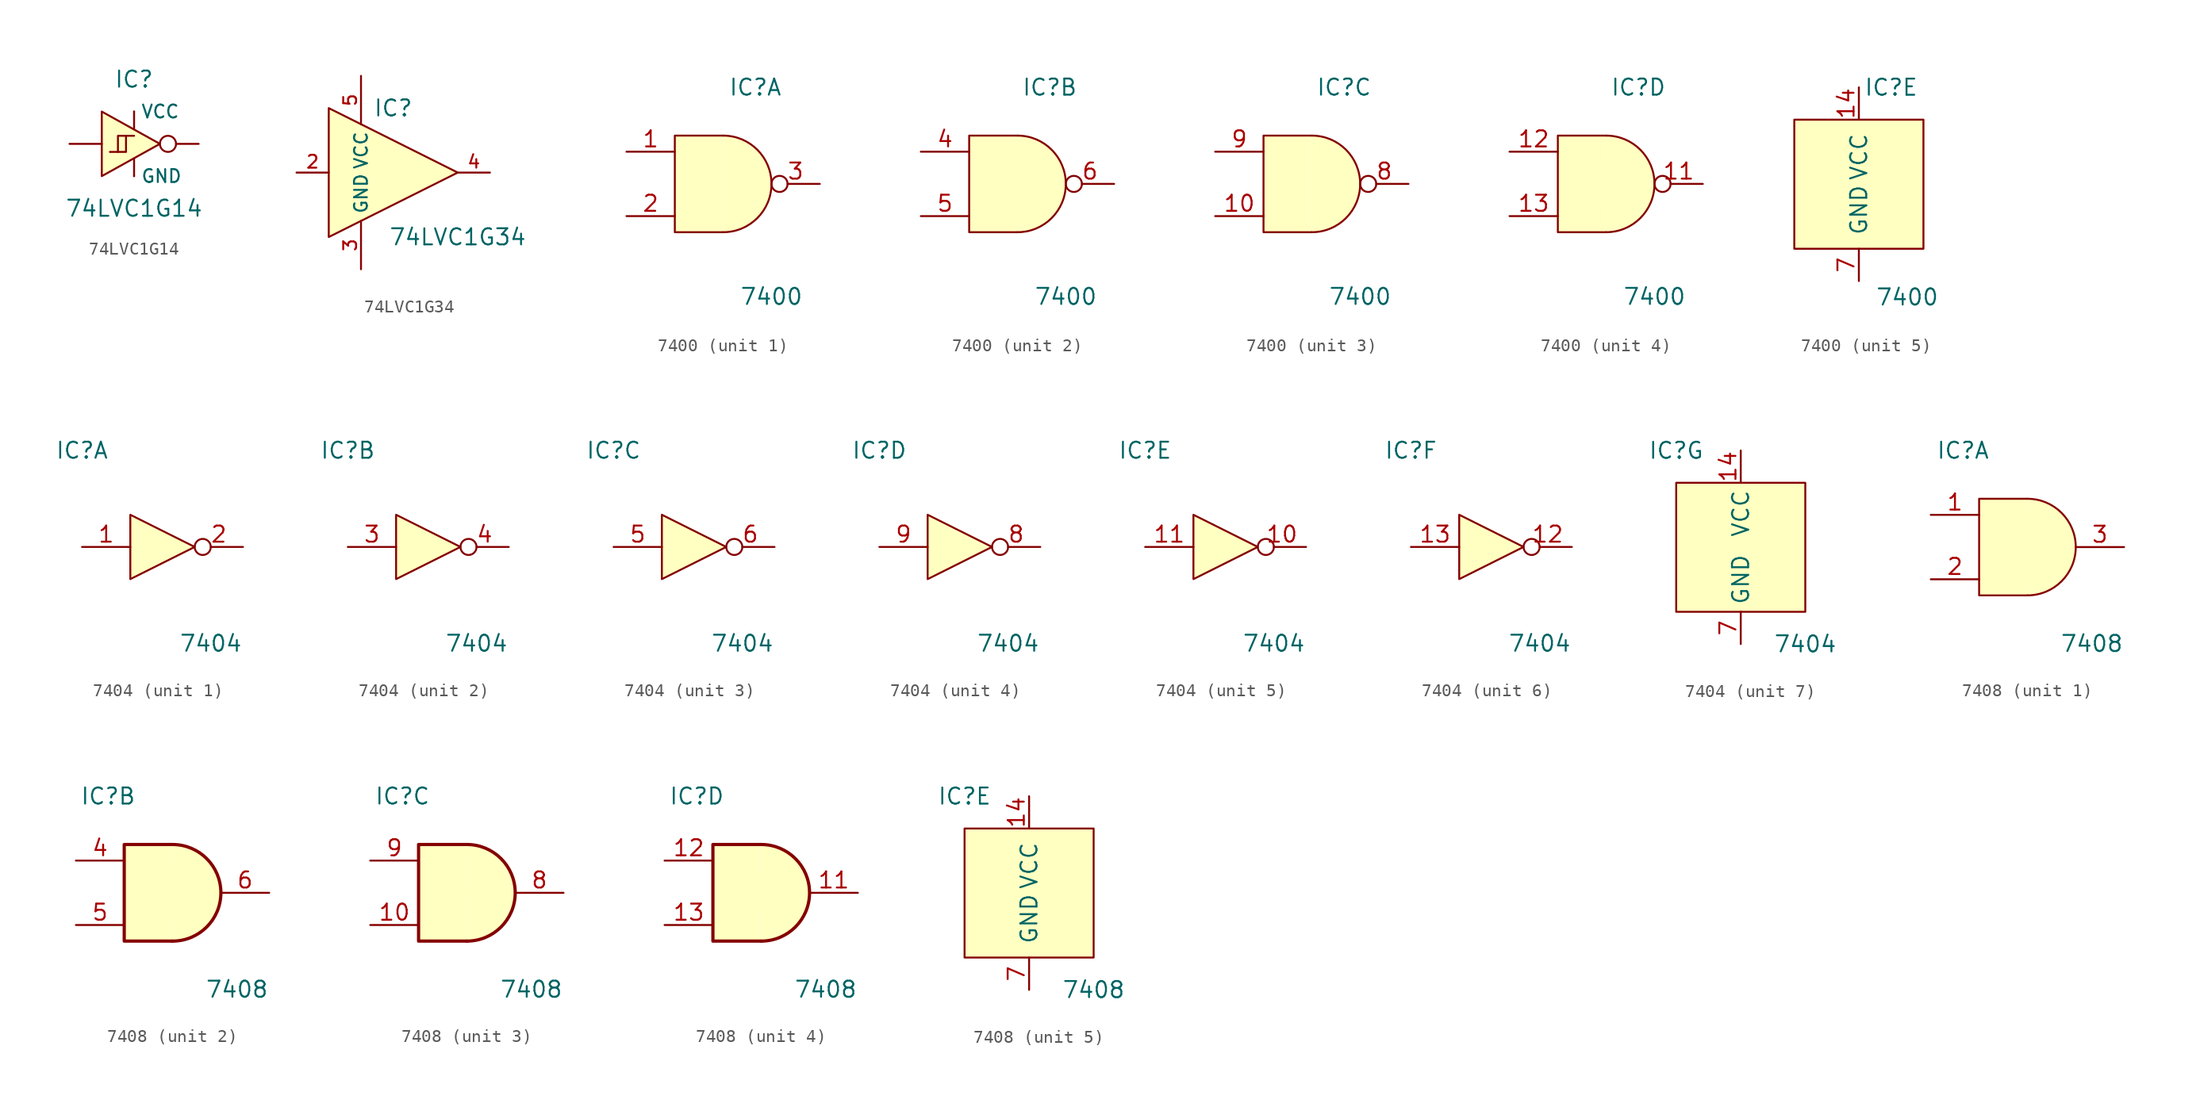
<source format=kicad_sym>
(kicad_symbol_lib
  (version 20211014)
  (generator kicad_symbol_editor)
  (symbol "74LVC1G14"
    (pin_numbers hide)
    (property "Reference" "IC"
      (at 0 5.08 0)
      (effects (font (size 1.27 1.27))))
    (property "Value" "74LVC1G14"
      (at 0 -5.08 0)
      (effects (font (size 1.27 1.27))))
    (symbol "74LVC1G14_0_1"
      (polyline (pts (xy 0 -2.54) (xy 0 -1.143)) (stroke (width 0) (type default) (color 0 0 0 0)) (fill (type none)))
      (polyline (pts (xy 0 2.54) (xy 0 1.143)) (stroke (width 0) (type default) (color 0 0 0 0)) (fill (type none)))
      (polyline (pts (xy -1.27 -0.635) (xy -1.27 0.635) (xy -0.635 0.635)) (stroke (width 0) (type default) (color 0 0 0 0)) (fill (type none)))
      (polyline (pts (xy -1.905 -0.635) (xy -0.635 -0.635) (xy -0.635 0.635) (xy 0 0.635)) (stroke (width 0) (type default) (color 0 0 0 0)) (fill (type none))))
    (symbol "74LVC1G14_1_1"
      (polyline (pts (xy -2.54 2.54) (xy -2.54 -2.54) (xy 2.032 0) (xy -2.54 2.54)) (stroke (width 0.152) (type default) (color 0 0 0 0)) (fill (type background)))
      (pin input line (at -5.08 0 0) (length 2.54) (name "~" (effects (font (size 1.016 1.016)))) (number "2" (effects (font (size 1.016 1.016)))))
      (pin power_in line (at 0 -2.54 0) (length 0) (name "GND" (effects (font (size 1.016 1.016)))) (number "3" (effects (font (size 1.016 1.016)))))
      (pin output inverted (at 5.08 0 180) (length 3.048) (name "~" (effects (font (size 1.016 1.016)))) (number "4" (effects (font (size 1.016 1.016)))))
      (pin power_in line (at 0 2.54 0) (length 0) (name "VCC" (effects (font (size 1.016 1.016)))) (number "5" (effects (font (size 1.016 1.016)))))))
  (symbol "74LVC1G34"
    (property "Reference" "IC"
      (at 2.54 5.08 0)
      (effects (font (size 1.27 1.27))))
    (property "Value" "74LVC1G34"
      (at 7.62 -5.08 0)
      (effects (font (size 1.27 1.27))))
    (symbol "74LVC1G34_0_1"
      (polyline (pts (xy -2.54 5.08) (xy -2.54 -5.08) (xy 7.62 0) (xy -2.54 5.08)) (stroke (width 0.152) (type default) (color 0 0 0 0)) (fill (type background))))
    (symbol "74LVC1G34_1_1"
      (pin input line (at -5.08 0 0) (length 2.54) (name "~" (effects (font (size 1.016 1.016)))) (number "2" (effects (font (size 1.016 1.016)))))
      (pin power_in line (at 0 -7.62 90) (length 3.81) (name "GND" (effects (font (size 1.016 1.016)))) (number "3" (effects (font (size 1.016 1.016)))))
      (pin output line (at 10.16 0 180) (length 2.54) (name "~" (effects (font (size 1.016 1.016)))) (number "4" (effects (font (size 1.016 1.016)))))
      (pin power_in line (at 0 7.62 270) (length 3.81) (name "VCC" (effects (font (size 1.016 1.016)))) (number "5" (effects (font (size 1.016 1.016)))))))
  (symbol "7400"
    (pin_names
      (offset 1.016))
    (property "Reference" "IC"
      (at 2.54 7.62 0)
      (effects (font (size 1.27 1.27))))
    (property "Value" "7400"
      (at 3.81 -8.89 0)
      (effects (font (size 1.27 1.27))))
    (property "ki_locked" ""
      (at 0 0 0)
      (effects (font (size 1.27 1.27))))
    (symbol "7400_1_1"
      (arc (start 0 -3.81) (mid 3.81 0) (end 0 3.81) (stroke (width 0.1524) (type default) (color 0 0 0 0)) (fill (type background)))
      (polyline (pts (xy 0 3.81) (xy -3.81 3.81) (xy -3.81 -3.81) (xy 0 -3.81)) (stroke (width 0.152) (type default) (color 0 0 0 0)) (fill (type background)))
      (pin input line (at -7.62 2.54 0) (length 3.81) (name "~" (effects (font (size 1.27 1.27)))) (number "1" (effects (font (size 1.27 1.27)))))
      (pin input line (at -7.62 -2.54 0) (length 3.81) (name "~" (effects (font (size 1.27 1.27)))) (number "2" (effects (font (size 1.27 1.27)))))
      (pin output inverted (at 7.62 0 180) (length 3.81) (name "~" (effects (font (size 1.27 1.27)))) (number "3" (effects (font (size 1.27 1.27))))))
    (symbol "7400_2_1"
      (arc (start 0 -3.81) (mid 3.81 0) (end 0 3.81) (stroke (width 0.1524) (type default) (color 0 0 0 0)) (fill (type background)))
      (polyline (pts (xy 0 3.81) (xy -3.81 3.81) (xy -3.81 -3.81) (xy 0 -3.81)) (stroke (width 0.152) (type default) (color 0 0 0 0)) (fill (type background)))
      (pin input line (at -7.62 2.54 0) (length 3.81) (name "~" (effects (font (size 1.27 1.27)))) (number "4" (effects (font (size 1.27 1.27)))))
      (pin input line (at -7.62 -2.54 0) (length 3.81) (name "~" (effects (font (size 1.27 1.27)))) (number "5" (effects (font (size 1.27 1.27)))))
      (pin output inverted (at 7.62 0 180) (length 3.81) (name "~" (effects (font (size 1.27 1.27)))) (number "6" (effects (font (size 1.27 1.27))))))
    (symbol "7400_3_1"
      (arc (start 0 -3.81) (mid 3.81 0) (end 0 3.81) (stroke (width 0.1524) (type default) (color 0 0 0 0)) (fill (type background)))
      (polyline (pts (xy 0 3.81) (xy -3.81 3.81) (xy -3.81 -3.81) (xy 0 -3.81)) (stroke (width 0.152) (type default) (color 0 0 0 0)) (fill (type background)))
      (pin input line (at -7.62 -2.54 0) (length 3.81) (name "~" (effects (font (size 1.27 1.27)))) (number "10" (effects (font (size 1.27 1.27)))))
      (pin output inverted (at 7.62 0 180) (length 3.81) (name "~" (effects (font (size 1.27 1.27)))) (number "8" (effects (font (size 1.27 1.27)))))
      (pin input line (at -7.62 2.54 0) (length 3.81) (name "~" (effects (font (size 1.27 1.27)))) (number "9" (effects (font (size 1.27 1.27))))))
    (symbol "7400_4_1"
      (arc (start 0 -3.81) (mid 3.81 0) (end 0 3.81) (stroke (width 0.1524) (type default) (color 0 0 0 0)) (fill (type background)))
      (polyline (pts (xy 0 3.81) (xy -3.81 3.81) (xy -3.81 -3.81) (xy 0 -3.81)) (stroke (width 0.152) (type default) (color 0 0 0 0)) (fill (type background)))
      (pin output inverted (at 7.62 0 180) (length 3.81) (name "~" (effects (font (size 1.27 1.27)))) (number "11" (effects (font (size 1.27 1.27)))))
      (pin input line (at -7.62 2.54 0) (length 3.81) (name "~" (effects (font (size 1.27 1.27)))) (number "12" (effects (font (size 1.27 1.27)))))
      (pin input line (at -7.62 -2.54 0) (length 3.81) (name "~" (effects (font (size 1.27 1.27)))) (number "13" (effects (font (size 1.27 1.27))))))
    (symbol "7400_5_0"
      (pin power_in line (at 0 7.62 270) (length 2.54) (name "VCC" (effects (font (size 1.27 1.27)))) (number "14" (effects (font (size 1.27 1.27)))))
      (pin power_in line (at 0 -7.62 90) (length 2.54) (name "GND" (effects (font (size 1.27 1.27)))) (number "7" (effects (font (size 1.27 1.27))))))
    (symbol "7400_5_1"
      (rectangle (start -5.08 5.08) (end 5.08 -5.08) (stroke (width 0.152) (type default) (color 0 0 0 0)) (fill (type background)))))
  (symbol "7404"
    (property "Reference" "IC"
      (at -5.08 7.62 0)
      (effects (font (size 1.27 1.27))))
    (property "Value" "7404"
      (at 5.08 -7.62 0)
      (effects (font (size 1.27 1.27))))
    (property "ki_locked" ""
      (at 0 0 0)
      (effects (font (size 1.27 1.27))))
    (symbol "7404_1_0"
      (polyline (pts (xy -1.27 2.54) (xy -1.27 -2.54) (xy 3.81 0) (xy -1.27 2.54)) (stroke (width 0.152) (type default) (color 0 0 0 0)) (fill (type background)))
      (pin input line (at -5.08 0 0) (length 3.81) (name "~" (effects (font (size 1.27 1.27)))) (number "1" (effects (font (size 1.27 1.27)))))
      (pin output inverted (at 7.62 0 180) (length 3.81) (name "~" (effects (font (size 1.27 1.27)))) (number "2" (effects (font (size 1.27 1.27))))))
    (symbol "7404_2_0"
      (polyline (pts (xy -1.27 2.54) (xy -1.27 -2.54) (xy 3.81 0) (xy -1.27 2.54)) (stroke (width 0.152) (type default) (color 0 0 0 0)) (fill (type background)))
      (pin input line (at -5.08 0 0) (length 3.81) (name "~" (effects (font (size 1.27 1.27)))) (number "3" (effects (font (size 1.27 1.27)))))
      (pin output inverted (at 7.62 0 180) (length 3.81) (name "~" (effects (font (size 1.27 1.27)))) (number "4" (effects (font (size 1.27 1.27))))))
    (symbol "7404_3_0"
      (polyline (pts (xy -1.27 2.54) (xy -1.27 -2.54) (xy 3.81 0) (xy -1.27 2.54)) (stroke (width 0.152) (type default) (color 0 0 0 0)) (fill (type background)))
      (pin input line (at -5.08 0 0) (length 3.81) (name "~" (effects (font (size 1.27 1.27)))) (number "5" (effects (font (size 1.27 1.27)))))
      (pin output inverted (at 7.62 0 180) (length 3.81) (name "~" (effects (font (size 1.27 1.27)))) (number "6" (effects (font (size 1.27 1.27))))))
    (symbol "7404_4_0"
      (polyline (pts (xy -1.27 2.54) (xy -1.27 -2.54) (xy 3.81 0) (xy -1.27 2.54)) (stroke (width 0.152) (type default) (color 0 0 0 0)) (fill (type background)))
      (pin output inverted (at 7.62 0 180) (length 3.81) (name "~" (effects (font (size 1.27 1.27)))) (number "8" (effects (font (size 1.27 1.27)))))
      (pin input line (at -5.08 0 0) (length 3.81) (name "~" (effects (font (size 1.27 1.27)))) (number "9" (effects (font (size 1.27 1.27))))))
    (symbol "7404_5_0"
      (polyline (pts (xy -1.27 2.54) (xy -1.27 -2.54) (xy 3.81 0) (xy -1.27 2.54)) (stroke (width 0.152) (type default) (color 0 0 0 0)) (fill (type background)))
      (pin output inverted (at 7.62 0 180) (length 3.81) (name "~" (effects (font (size 1.27 1.27)))) (number "10" (effects (font (size 1.27 1.27)))))
      (pin input line (at -5.08 0 0) (length 3.81) (name "~" (effects (font (size 1.27 1.27)))) (number "11" (effects (font (size 1.27 1.27))))))
    (symbol "7404_6_0"
      (polyline (pts (xy -1.27 2.54) (xy -1.27 -2.54) (xy 3.81 0) (xy -1.27 2.54)) (stroke (width 0.152) (type default) (color 0 0 0 0)) (fill (type background)))
      (pin output inverted (at 7.62 0 180) (length 3.81) (name "~" (effects (font (size 1.27 1.27)))) (number "12" (effects (font (size 1.27 1.27)))))
      (pin input line (at -5.08 0 0) (length 3.81) (name "~" (effects (font (size 1.27 1.27)))) (number "13" (effects (font (size 1.27 1.27))))))
    (symbol "7404_7_0"
      (pin power_in line (at 0 7.62 270) (length 2.54) (name "VCC" (effects (font (size 1.27 1.27)))) (number "14" (effects (font (size 1.27 1.27)))))
      (pin power_in line (at 0 -7.62 90) (length 2.54) (name "GND" (effects (font (size 1.27 1.27)))) (number "7" (effects (font (size 1.27 1.27))))))
    (symbol "7404_7_1"
      (rectangle (start -5.08 5.08) (end 5.08 -5.08) (stroke (width 0.152) (type default) (color 0 0 0 0)) (fill (type background)))))
  (symbol "7408"
    (pin_names
      (offset 1.016))
    (property "Reference" "IC"
      (at -5.08 7.62 0)
      (effects (font (size 1.27 1.27))))
    (property "Value" "7408"
      (at 5.08 -7.62 0)
      (effects (font (size 1.27 1.27))))
    (property "ki_locked" ""
      (at 0 0 0)
      (effects (font (size 1.27 1.27))))
    (symbol "7408_1_1"
      (arc (start 0 -3.81) (mid 3.81 0) (end 0 3.81) (stroke (width 0.1524) (type default) (color 0 0 0 0)) (fill (type background)))
      (polyline (pts (xy 0 3.81) (xy -3.81 3.81) (xy -3.81 -3.81) (xy 0 -3.81)) (stroke (width 0.152) (type default) (color 0 0 0 0)) (fill (type background)))
      (pin input line (at -7.62 2.54 0) (length 3.81) (name "~" (effects (font (size 1.27 1.27)))) (number "1" (effects (font (size 1.27 1.27)))))
      (pin input line (at -7.62 -2.54 0) (length 3.81) (name "~" (effects (font (size 1.27 1.27)))) (number "2" (effects (font (size 1.27 1.27)))))
      (pin output line (at 7.62 0 180) (length 3.81) (name "~" (effects (font (size 1.27 1.27)))) (number "3" (effects (font (size 1.27 1.27))))))
    (symbol "7408_2_1"
      (arc (start 0 -3.81) (mid 3.81 0) (end 0 3.81) (stroke (width 0.254) (type default) (color 0 0 0 0)) (fill (type background)))
      (polyline (pts (xy 0 3.81) (xy -3.81 3.81) (xy -3.81 -3.81) (xy 0 -3.81)) (stroke (width 0.254) (type default) (color 0 0 0 0)) (fill (type background)))
      (pin input line (at -7.62 2.54 0) (length 3.81) (name "~" (effects (font (size 1.27 1.27)))) (number "4" (effects (font (size 1.27 1.27)))))
      (pin input line (at -7.62 -2.54 0) (length 3.81) (name "~" (effects (font (size 1.27 1.27)))) (number "5" (effects (font (size 1.27 1.27)))))
      (pin output line (at 7.62 0 180) (length 3.81) (name "~" (effects (font (size 1.27 1.27)))) (number "6" (effects (font (size 1.27 1.27))))))
    (symbol "7408_3_1"
      (arc (start 0 -3.81) (mid 3.81 0) (end 0 3.81) (stroke (width 0.254) (type default) (color 0 0 0 0)) (fill (type background)))
      (polyline (pts (xy 0 3.81) (xy -3.81 3.81) (xy -3.81 -3.81) (xy 0 -3.81)) (stroke (width 0.254) (type default) (color 0 0 0 0)) (fill (type background)))
      (pin input line (at -7.62 -2.54 0) (length 3.81) (name "~" (effects (font (size 1.27 1.27)))) (number "10" (effects (font (size 1.27 1.27)))))
      (pin output line (at 7.62 0 180) (length 3.81) (name "~" (effects (font (size 1.27 1.27)))) (number "8" (effects (font (size 1.27 1.27)))))
      (pin input line (at -7.62 2.54 0) (length 3.81) (name "~" (effects (font (size 1.27 1.27)))) (number "9" (effects (font (size 1.27 1.27))))))
    (symbol "7408_4_1"
      (arc (start 0 -3.81) (mid 3.81 0) (end 0 3.81) (stroke (width 0.254) (type default) (color 0 0 0 0)) (fill (type background)))
      (polyline (pts (xy 0 3.81) (xy -3.81 3.81) (xy -3.81 -3.81) (xy 0 -3.81)) (stroke (width 0.254) (type default) (color 0 0 0 0)) (fill (type background)))
      (pin output line (at 7.62 0 180) (length 3.81) (name "~" (effects (font (size 1.27 1.27)))) (number "11" (effects (font (size 1.27 1.27)))))
      (pin input line (at -7.62 2.54 0) (length 3.81) (name "~" (effects (font (size 1.27 1.27)))) (number "12" (effects (font (size 1.27 1.27)))))
      (pin input line (at -7.62 -2.54 0) (length 3.81) (name "~" (effects (font (size 1.27 1.27)))) (number "13" (effects (font (size 1.27 1.27))))))
    (symbol "7408_5_0"
      (pin power_in line (at 0 7.62 270) (length 2.54) (name "VCC" (effects (font (size 1.27 1.27)))) (number "14" (effects (font (size 1.27 1.27)))))
      (pin power_in line (at 0 -7.62 90) (length 2.54) (name "GND" (effects (font (size 1.27 1.27)))) (number "7" (effects (font (size 1.27 1.27))))))
    (symbol "7408_5_1"
      (rectangle (start -5.08 5.08) (end 5.08 -5.08) (stroke (width 0.152) (type default) (color 0 0 0 0)) (fill (type background))))))
</source>
